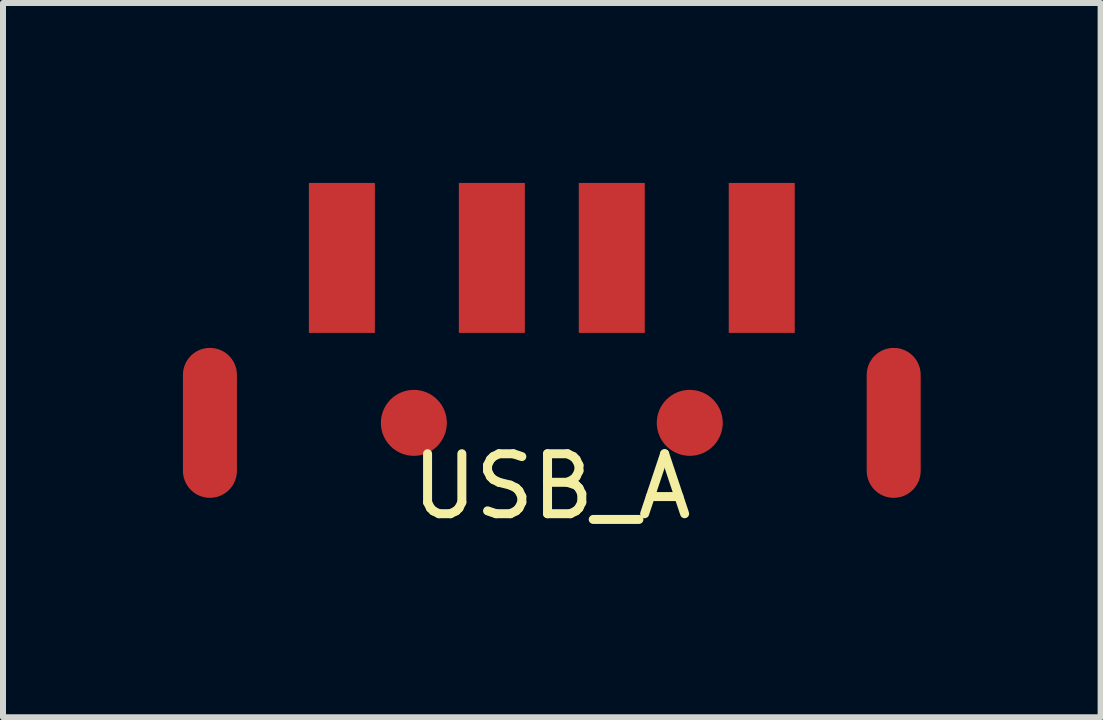
<source format=kicad_pcb>
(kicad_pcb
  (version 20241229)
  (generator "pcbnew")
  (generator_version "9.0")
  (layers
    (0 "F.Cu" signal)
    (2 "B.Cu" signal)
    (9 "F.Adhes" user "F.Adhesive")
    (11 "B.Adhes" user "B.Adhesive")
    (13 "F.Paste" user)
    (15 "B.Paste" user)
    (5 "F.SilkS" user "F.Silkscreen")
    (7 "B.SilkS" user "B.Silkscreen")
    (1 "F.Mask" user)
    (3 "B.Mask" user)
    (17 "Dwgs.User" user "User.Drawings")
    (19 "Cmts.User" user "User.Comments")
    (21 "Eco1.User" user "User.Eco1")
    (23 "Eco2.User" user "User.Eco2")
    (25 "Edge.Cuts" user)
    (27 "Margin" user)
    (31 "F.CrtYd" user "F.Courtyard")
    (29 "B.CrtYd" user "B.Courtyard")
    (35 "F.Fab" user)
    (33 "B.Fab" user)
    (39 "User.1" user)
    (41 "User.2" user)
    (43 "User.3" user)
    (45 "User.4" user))
  (footprint "USB_A"
    (layer "F.Cu")
    (at 6.15 1.25)
    (property "Reference" "USB_A" (at 0 3.81 0) (layer "F.SilkS") (effects (font (size 1 1) (thickness 0.15))))
    (attr through_hole)
    (pad "" smd oval (at -5.7 2.75) (size 0.9 2.5) (layers "F.Cu" "F.Mask" "F.Paste"))
    (pad "" smd circle (at -2.3 2.75) (size 1.1 1.1) (layers "F.Cu" "F.Mask" "F.Paste"))
    (pad "" smd circle (at 2.3 2.75) (size 1.1 1.1) (layers "F.Cu" "F.Mask" "F.Paste"))
    (pad "" smd oval (at 5.7 2.75) (size 0.9 2.5) (layers "F.Cu" "F.Mask" "F.Paste"))
    (pad "1" smd rect (at -3.5 0) (size 1.1 2.5) (layers "F.Cu" "F.Mask" "F.Paste"))
    (pad "2" smd rect (at -1 0) (size 1.1 2.5) (layers "F.Cu" "F.Mask" "F.Paste"))
    (pad "3" smd rect (at 1 0) (size 1.1 2.5) (layers "F.Cu" "F.Mask" "F.Paste"))
    (pad "4" smd rect (at 3.5 0) (size 1.1 2.5) (layers "F.Cu" "F.Mask" "F.Paste")))
  (gr_rect
    (start -3 -3)
    (end 15.3 8.908)
    (stroke (width 0.1) (type default))
    (fill no)
    (layer "Edge.Cuts")))
</source>
